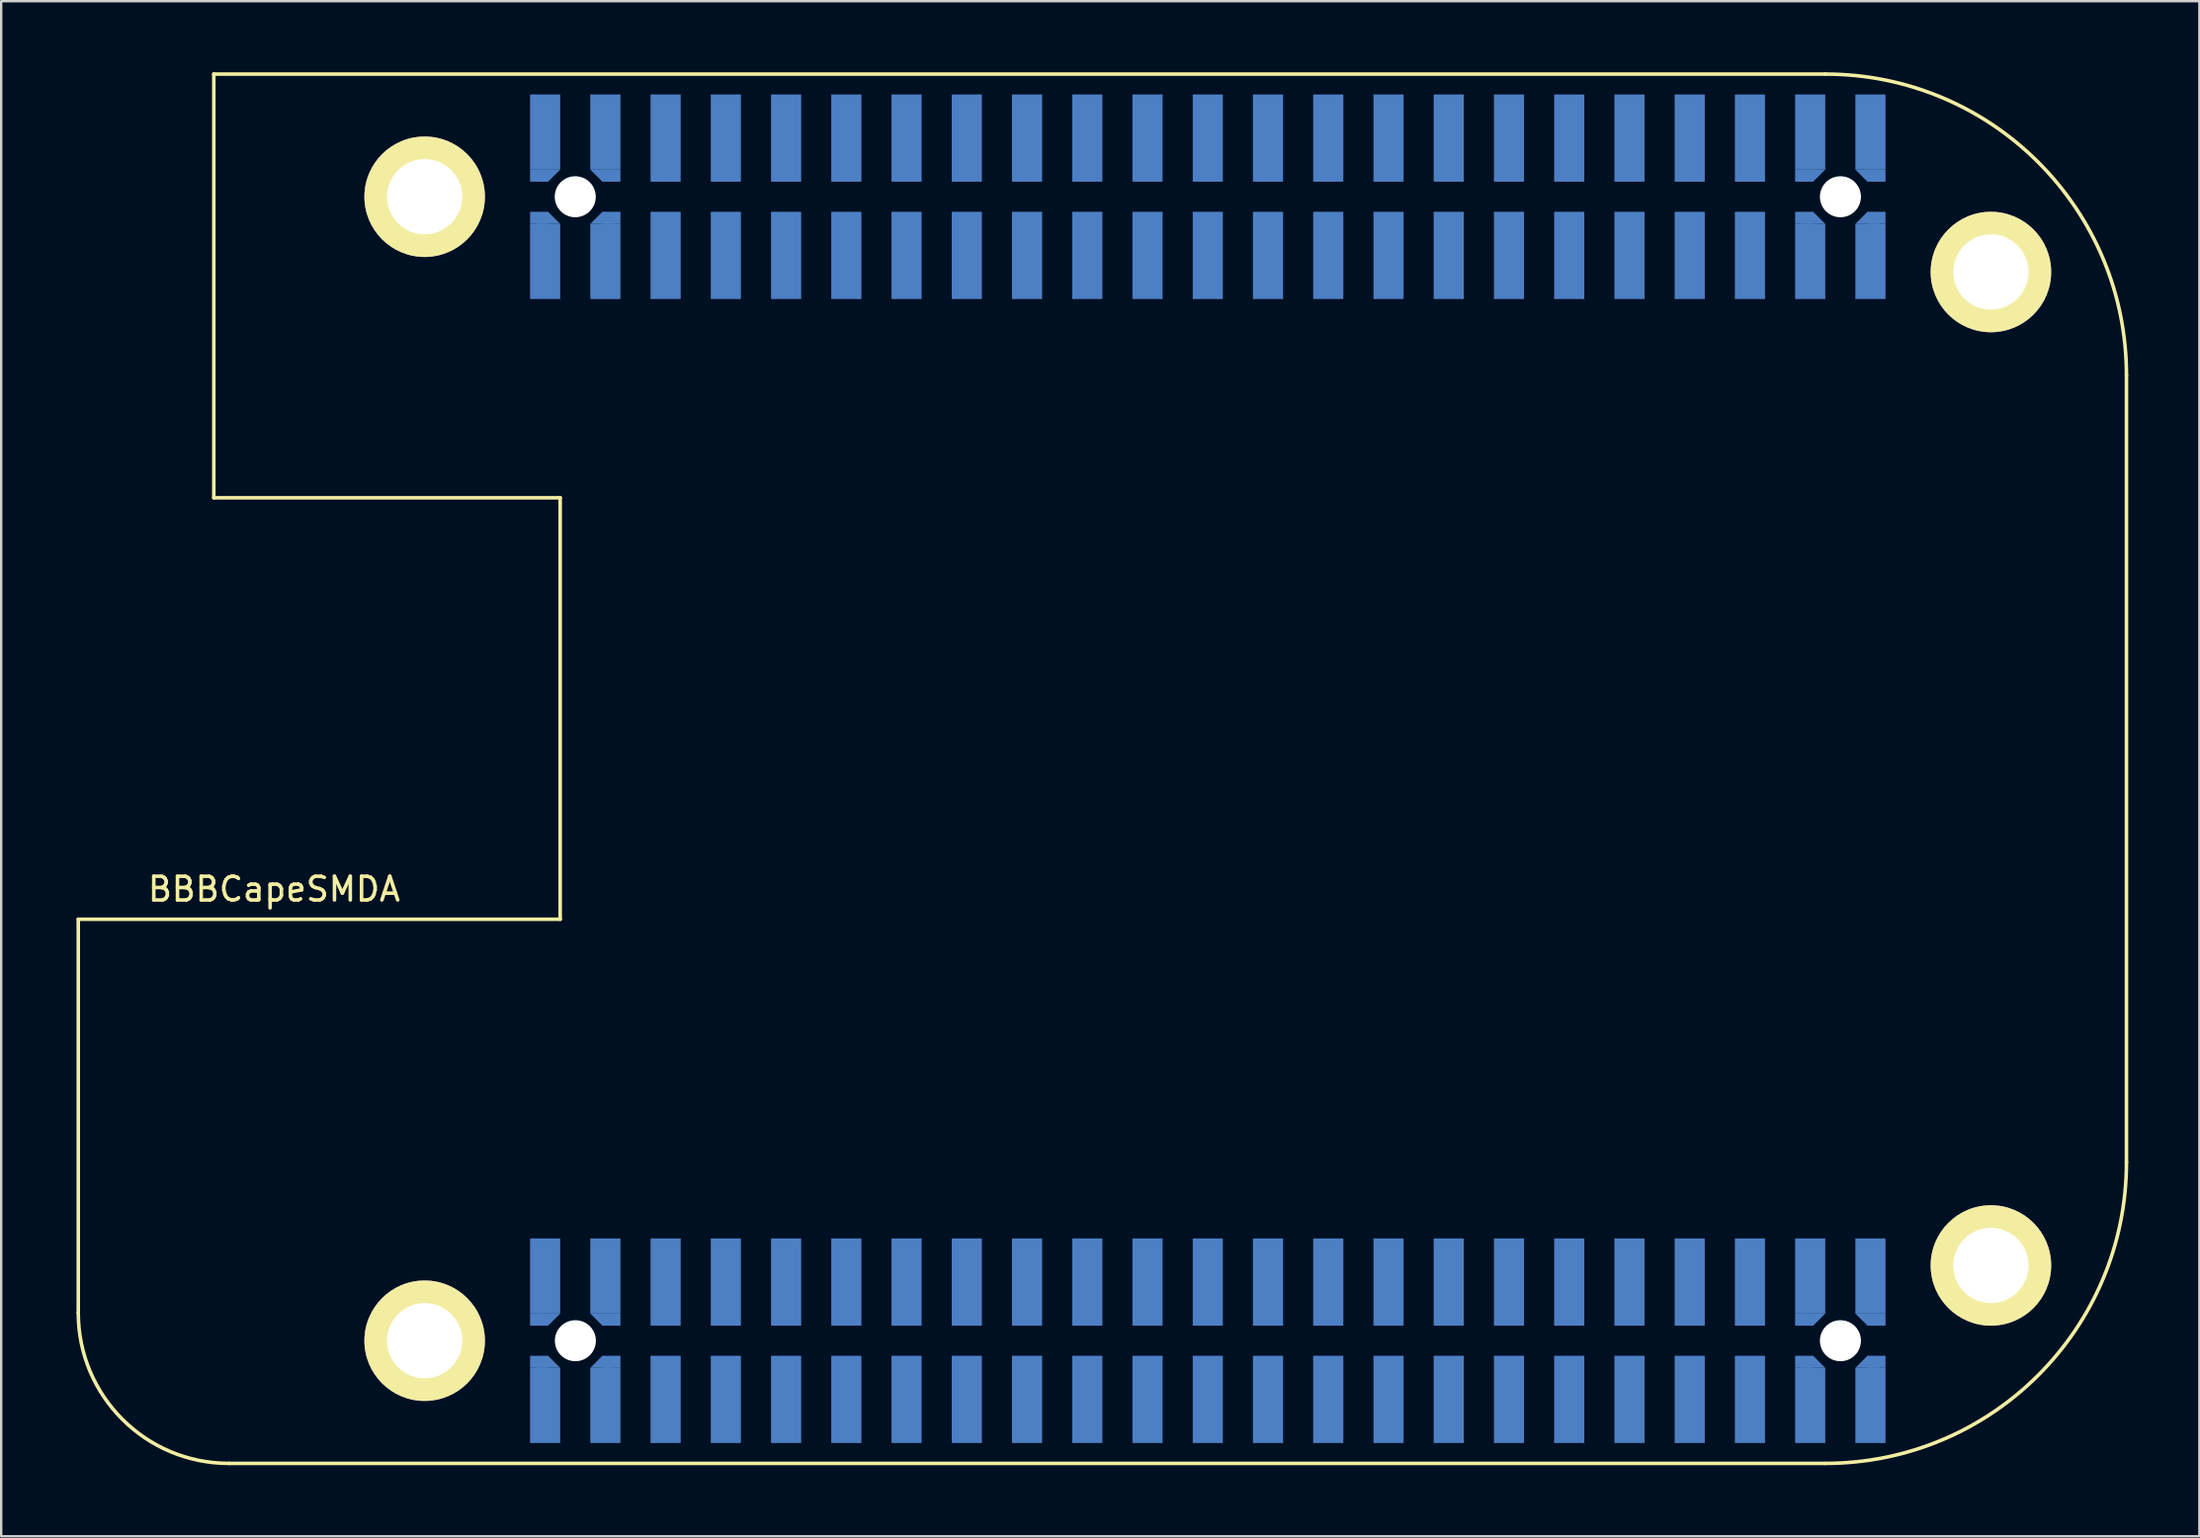
<source format=kicad_pcb>
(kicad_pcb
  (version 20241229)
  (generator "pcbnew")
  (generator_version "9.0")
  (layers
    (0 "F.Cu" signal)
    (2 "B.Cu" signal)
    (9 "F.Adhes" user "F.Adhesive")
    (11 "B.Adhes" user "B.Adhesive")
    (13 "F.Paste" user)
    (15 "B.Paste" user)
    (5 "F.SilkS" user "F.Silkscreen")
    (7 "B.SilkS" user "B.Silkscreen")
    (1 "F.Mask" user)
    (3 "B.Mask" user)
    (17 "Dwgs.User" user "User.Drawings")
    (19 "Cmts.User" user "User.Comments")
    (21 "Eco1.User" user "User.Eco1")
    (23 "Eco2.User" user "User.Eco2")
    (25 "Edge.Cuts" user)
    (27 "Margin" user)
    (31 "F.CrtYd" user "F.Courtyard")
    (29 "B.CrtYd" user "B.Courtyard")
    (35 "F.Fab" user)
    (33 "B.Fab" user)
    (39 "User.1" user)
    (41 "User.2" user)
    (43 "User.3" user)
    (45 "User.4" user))
  (footprint "BBBCapeSMDA"
    (layer "F.Cu")
    (at 0.25 56.685)
    (property "Reference" "BBBCapeSMDA" (at 8.255 -22.225 0) (layer "F.SilkS") (effects (font (size 1 1) (thickness 0.15))))
    (attr through_hole)
    (fp_line (start 0 -20.955) (end 20.32 -20.955) (stroke (width 0.15) (type solid)) (layer "F.SilkS"))
    (fp_line (start 0 -4.35) (end 0 -20.955) (stroke (width 0.15) (type solid)) (layer "F.SilkS"))
    (fp_line (start 5.715 -56.61) (end 73.66 -56.61) (stroke (width 0.15) (type solid)) (layer "F.SilkS"))
    (fp_line (start 5.715 -38.735) (end 5.715 -56.61) (stroke (width 0.15) (type solid)) (layer "F.SilkS"))
    (fp_line (start 6.35 2) (end 73.66 2) (stroke (width 0.15) (type solid)) (layer "F.SilkS"))
    (fp_line (start 20.32 -38.735) (end 5.715 -38.735) (stroke (width 0.15) (type solid)) (layer "F.SilkS"))
    (fp_line (start 20.32 -20.955) (end 20.32 -38.735) (stroke (width 0.15) (type solid)) (layer "F.SilkS"))
    (fp_line (start 86.36 -43.91) (end 86.36 -10.7) (stroke (width 0.15) (type solid)) (layer "F.SilkS"))
    (fp_arc (start 6.35 2) (mid 1.859872 0.140128) (end 0 -4.35) (stroke (width 0.15) (type solid)) (layer "F.SilkS"))
    (fp_arc (start 73.66 -56.61) (mid 82.640256 -52.890256) (end 86.36 -43.91) (stroke (width 0.15) (type solid)) (layer "F.SilkS"))
    (fp_arc (start 86.36 -10.7) (mid 82.640256 -1.719744) (end 73.66 2) (stroke (width 0.15) (type solid)) (layer "F.SilkS"))
    (pad "" thru_hole circle (at 14.605 -51.435) (size 5.08 5.08) (drill 3.175) (layers "*.Cu" "*.Mask" "F.SilkS"))
    (pad "" thru_hole circle (at 14.605 -3.175) (size 5.08 5.08) (drill 3.175) (layers "*.Cu" "*.Mask" "F.SilkS"))
    (pad "" np_thru_hole circle (at 20.955 -51.435) (size 1.73 1.73) (drill 1.73) (layers "*.Cu" "*.Mask"))
    (pad "" np_thru_hole circle (at 20.96 -3.175) (size 1.73 1.73) (drill 1.73) (layers "*.Cu" "*.Mask"))
    (pad "" np_thru_hole circle (at 74.3 -51.435) (size 1.73 1.73) (drill 1.73) (layers "*.Cu" "*.Mask"))
    (pad "" np_thru_hole circle (at 74.3 -3.175) (size 1.73 1.73) (drill 1.73) (layers "*.Cu" "*.Mask"))
    (pad "" thru_hole circle (at 80.645 -48.26) (size 5.08 5.08) (drill 3.175) (layers "*.Cu" "*.Mask" "F.SilkS"))
    (pad "" thru_hole circle (at 80.645 -6.35) (size 5.08 5.08) (drill 3.175) (layers "*.Cu" "*.Mask" "F.SilkS"))
    (pad "A1" smd rect (at 19.43 -50.545) (size 0.76 0.51) (layers "B.Cu" "B.Mask" "B.Paste"))
    (pad "A1" smd rect (at 19.685 -48.705) (size 1.27 3.17) (layers "B.Cu" "B.Mask" "B.Paste"))
    (pad "A1" smd trapezoid (at 19.81 -50.545) (size 0.51 0.51) (rect_delta 0 0.51) (layers "B.Cu" "B.Mask" "B.Paste"))
    (pad "A2" smd rect (at 19.43 -52.325) (size 0.76 0.51) (layers "B.Cu" "B.Mask" "B.Paste"))
    (pad "A2" smd rect (at 19.685 -54.165) (size 1.27 3.17) (layers "B.Cu" "B.Mask" "B.Paste"))
    (pad "A2" smd trapezoid (at 19.81 -52.325 180) (size 0.51 0.51) (rect_delta 0 0.51) (layers "B.Cu" "B.Mask" "B.Paste"))
    (pad "A3" smd trapezoid (at 22.1 -50.545) (size 0.51 0.51) (rect_delta 0 0.51) (layers "B.Cu" "B.Mask" "B.Paste"))
    (pad "A3" smd rect (at 22.225 -48.705) (size 1.27 3.172) (layers "B.Cu" "B.Mask" "B.Paste"))
    (pad "A3" smd rect (at 22.48 -50.545) (size 0.76 0.51) (layers "B.Cu" "B.Mask" "B.Paste"))
    (pad "A4" smd trapezoid (at 22.1 -52.325 180) (size 0.51 0.51) (rect_delta 0 0.51) (layers "B.Cu" "B.Mask" "B.Paste"))
    (pad "A4" smd rect (at 22.225 -54.165) (size 1.27 3.17) (layers "B.Cu" "B.Mask" "B.Paste"))
    (pad "A4" smd rect (at 22.48 -52.325) (size 0.76 0.51) (layers "B.Cu" "B.Mask" "B.Paste"))
    (pad "A5" smd rect (at 24.765 -48.96) (size 1.27 3.68) (layers "B.Cu" "B.Mask" "B.Paste"))
    (pad "A6" smd rect (at 24.765 -53.91) (size 1.27 3.68) (layers "B.Cu" "B.Mask" "B.Paste"))
    (pad "A7" smd rect (at 27.305 -48.96) (size 1.27 3.68) (layers "B.Cu" "B.Mask" "B.Paste"))
    (pad "A8" smd rect (at 27.305 -53.91) (size 1.27 3.68) (layers "B.Cu" "B.Mask" "B.Paste"))
    (pad "A9" smd rect (at 29.845 -48.96) (size 1.27 3.68) (layers "B.Cu" "B.Mask" "B.Paste"))
    (pad "A10" smd rect (at 29.845 -53.91) (size 1.27 3.68) (layers "B.Cu" "B.Mask" "B.Paste"))
    (pad "A11" smd rect (at 32.385 -48.96) (size 1.27 3.68) (layers "B.Cu" "B.Mask" "B.Paste"))
    (pad "A12" smd rect (at 32.385 -53.91) (size 1.27 3.68) (layers "B.Cu" "B.Mask" "B.Paste"))
    (pad "A13" smd rect (at 34.925 -48.96) (size 1.27 3.68) (layers "B.Cu" "B.Mask" "B.Paste"))
    (pad "A14" smd rect (at 34.925 -53.91) (size 1.27 3.68) (layers "B.Cu" "B.Mask" "B.Paste"))
    (pad "A15" smd rect (at 37.465 -48.96) (size 1.27 3.68) (layers "B.Cu" "B.Mask" "B.Paste"))
    (pad "A16" smd rect (at 37.465 -53.91) (size 1.27 3.68) (layers "B.Cu" "B.Mask" "B.Paste"))
    (pad "A17" smd rect (at 40.005 -48.96) (size 1.27 3.68) (layers "B.Cu" "B.Mask" "B.Paste"))
    (pad "A18" smd rect (at 40.005 -53.91) (size 1.27 3.68) (layers "B.Cu" "B.Mask" "B.Paste"))
    (pad "A19" smd rect (at 42.545 -48.96) (size 1.27 3.68) (layers "B.Cu" "B.Mask" "B.Paste"))
    (pad "A20" smd rect (at 42.545 -53.91) (size 1.27 3.68) (layers "B.Cu" "B.Mask" "B.Paste"))
    (pad "A21" smd rect (at 45.085 -48.96) (size 1.27 3.68) (layers "B.Cu" "B.Mask" "B.Paste"))
    (pad "A22" smd rect (at 45.085 -53.91) (size 1.27 3.68) (layers "B.Cu" "B.Mask" "B.Paste"))
    (pad "A23" smd rect (at 47.625 -48.96) (size 1.27 3.68) (layers "B.Cu" "B.Mask" "B.Paste"))
    (pad "A24" smd rect (at 47.625 -53.91) (size 1.27 3.68) (layers "B.Cu" "B.Mask" "B.Paste"))
    (pad "A25" smd rect (at 50.165 -48.96) (size 1.27 3.68) (layers "B.Cu" "B.Mask" "B.Paste"))
    (pad "A26" smd rect (at 50.165 -53.91) (size 1.27 3.68) (layers "B.Cu" "B.Mask" "B.Paste"))
    (pad "A27" smd rect (at 52.705 -48.96) (size 1.27 3.68) (layers "B.Cu" "B.Mask" "B.Paste"))
    (pad "A28" smd rect (at 52.705 -53.91) (size 1.27 3.68) (layers "B.Cu" "B.Mask" "B.Paste"))
    (pad "A29" smd rect (at 55.245 -48.96) (size 1.27 3.68) (layers "B.Cu" "B.Mask" "B.Paste"))
    (pad "A30" smd rect (at 55.245 -53.91) (size 1.27 3.68) (layers "B.Cu" "B.Mask" "B.Paste"))
    (pad "A31" smd rect (at 57.785 -48.96) (size 1.27 3.68) (layers "B.Cu" "B.Mask" "B.Paste"))
    (pad "A32" smd rect (at 57.785 -53.91) (size 1.27 3.68) (layers "B.Cu" "B.Mask" "B.Paste"))
    (pad "A33" smd rect (at 60.325 -48.96) (size 1.27 3.68) (layers "B.Cu" "B.Mask" "B.Paste"))
    (pad "A34" smd rect (at 60.325 -53.91) (size 1.27 3.68) (layers "B.Cu" "B.Mask" "B.Paste"))
    (pad "A35" smd rect (at 62.865 -48.96) (size 1.27 3.68) (layers "B.Cu" "B.Mask" "B.Paste"))
    (pad "A36" smd rect (at 62.865 -53.91) (size 1.27 3.68) (layers "B.Cu" "B.Mask" "B.Paste"))
    (pad "A37" smd rect (at 65.405 -48.96) (size 1.27 3.68) (layers "B.Cu" "B.Mask" "B.Paste"))
    (pad "A38" smd rect (at 65.405 -53.91) (size 1.27 3.68) (layers "B.Cu" "B.Mask" "B.Paste"))
    (pad "A39" smd rect (at 67.945 -48.96) (size 1.27 3.68) (layers "B.Cu" "B.Mask" "B.Paste"))
    (pad "A40" smd rect (at 67.945 -53.91) (size 1.27 3.68) (layers "B.Cu" "B.Mask" "B.Paste"))
    (pad "A41" smd rect (at 70.485 -48.96) (size 1.27 3.68) (layers "B.Cu" "B.Mask" "B.Paste"))
    (pad "A42" smd rect (at 70.485 -53.91) (size 1.27 3.68) (layers "B.Cu" "B.Mask" "B.Paste"))
    (pad "A43" smd rect (at 72.77 -50.545) (size 0.76 0.51) (layers "B.Cu" "B.Mask" "B.Paste"))
    (pad "A43" smd rect (at 73.025 -48.705) (size 1.27 3.17) (layers "B.Cu" "B.Mask" "B.Paste"))
    (pad "A43" smd trapezoid (at 73.15 -50.545) (size 0.51 0.51) (rect_delta 0 0.51) (layers "B.Cu" "B.Mask" "B.Paste"))
    (pad "A44" smd rect (at 72.77 -52.325) (size 0.76 0.51) (layers "B.Cu" "B.Mask" "B.Paste"))
    (pad "A44" smd rect (at 73.025 -54.165) (size 1.27 3.17) (layers "B.Cu" "B.Mask" "B.Paste"))
    (pad "A44" smd trapezoid (at 73.15 -52.325 180) (size 0.51 0.51) (rect_delta 0 0.51) (layers "B.Cu" "B.Mask" "B.Paste"))
    (pad "A45" smd trapezoid (at 75.44 -50.545) (size 0.51 0.51) (rect_delta 0 0.51) (layers "B.Cu" "B.Mask" "B.Paste"))
    (pad "A45" smd rect (at 75.565 -48.705) (size 1.27 3.17) (layers "B.Cu" "B.Mask" "B.Paste"))
    (pad "A45" smd rect (at 75.82 -50.545) (size 0.76 0.51) (layers "B.Cu" "B.Mask" "B.Paste"))
    (pad "A46" smd trapezoid (at 75.44 -52.325 180) (size 0.51 0.51) (rect_delta 0 0.51) (layers "B.Cu" "B.Mask" "B.Paste"))
    (pad "A46" smd rect (at 75.565 -54.165) (size 1.27 3.17) (layers "B.Cu" "B.Mask" "B.Paste"))
    (pad "A46" smd rect (at 75.82 -52.325) (size 0.76 0.51) (layers "B.Cu" "B.Mask" "B.Paste"))
    (pad "B1" smd rect (at 19.43 -2.285) (size 0.76 0.51) (layers "B.Cu" "B.Mask" "B.Paste"))
    (pad "B1" smd rect (at 19.685 -0.445) (size 1.27 3.17) (layers "B.Cu" "B.Mask" "B.Paste"))
    (pad "B1" smd trapezoid (at 19.81 -2.285) (size 0.51 0.51) (rect_delta 0 0.51) (layers "B.Cu" "B.Mask" "B.Paste"))
    (pad "B2" smd rect (at 19.43 -4.065) (size 0.76 0.51) (layers "B.Cu" "B.Mask" "B.Paste"))
    (pad "B2" smd rect (at 19.685 -5.905) (size 1.27 3.17) (layers "B.Cu" "B.Mask" "B.Paste"))
    (pad "B2" smd trapezoid (at 19.81 -4.065 180) (size 0.51 0.51) (rect_delta 0 0.51) (layers "B.Cu" "B.Mask" "B.Paste"))
    (pad "B3" smd trapezoid (at 22.1 -2.285) (size 0.51 0.51) (rect_delta 0 0.51) (layers "B.Cu" "B.Mask" "B.Paste"))
    (pad "B3" smd rect (at 22.225 -0.445) (size 1.27 3.17) (layers "B.Cu" "B.Mask" "B.Paste"))
    (pad "B3" smd rect (at 22.48 -2.285) (size 0.76 0.51) (layers "B.Cu" "B.Mask" "B.Paste"))
    (pad "B4" smd trapezoid (at 22.1 -4.065 180) (size 0.51 0.51) (rect_delta 0 0.51) (layers "B.Cu" "B.Mask" "B.Paste"))
    (pad "B4" smd rect (at 22.225 -5.905) (size 1.27 3.17) (layers "B.Cu" "B.Mask" "B.Paste"))
    (pad "B4" smd rect (at 22.48 -4.065) (size 0.76 0.51) (layers "B.Cu" "B.Mask" "B.Paste"))
    (pad "B5" smd rect (at 24.765 -0.7) (size 1.27 3.68) (layers "B.Cu" "B.Mask" "B.Paste"))
    (pad "B6" smd rect (at 24.765 -5.65) (size 1.27 3.68) (layers "B.Cu" "B.Mask" "B.Paste"))
    (pad "B7" smd rect (at 27.305 -0.7) (size 1.27 3.68) (layers "B.Cu" "B.Mask" "B.Paste"))
    (pad "B8" smd rect (at 27.305 -5.65) (size 1.27 3.68) (layers "B.Cu" "B.Mask" "B.Paste"))
    (pad "B9" smd rect (at 29.845 -0.7) (size 1.27 3.68) (layers "B.Cu" "B.Mask" "B.Paste"))
    (pad "B10" smd rect (at 29.845 -5.65) (size 1.27 3.68) (layers "B.Cu" "B.Mask" "B.Paste"))
    (pad "B11" smd rect (at 32.385 -0.7) (size 1.27 3.68) (layers "B.Cu" "B.Mask" "B.Paste"))
    (pad "B12" smd rect (at 32.385 -5.65) (size 1.27 3.68) (layers "B.Cu" "B.Mask" "B.Paste"))
    (pad "B13" smd rect (at 34.925 -0.7) (size 1.27 3.68) (layers "B.Cu" "B.Mask" "B.Paste"))
    (pad "B14" smd rect (at 34.925 -5.65) (size 1.27 3.68) (layers "B.Cu" "B.Mask" "B.Paste"))
    (pad "B15" smd rect (at 37.465 -0.7) (size 1.27 3.68) (layers "B.Cu" "B.Mask" "B.Paste"))
    (pad "B16" smd rect (at 37.465 -5.65) (size 1.27 3.68) (layers "B.Cu" "B.Mask" "B.Paste"))
    (pad "B17" smd rect (at 40.005 -0.7) (size 1.27 3.68) (layers "B.Cu" "B.Mask" "B.Paste"))
    (pad "B18" smd rect (at 40.005 -5.65) (size 1.27 3.68) (layers "B.Cu" "B.Mask" "B.Paste"))
    (pad "B19" smd rect (at 42.545 -0.7) (size 1.27 3.68) (layers "B.Cu" "B.Mask" "B.Paste"))
    (pad "B20" smd rect (at 42.545 -5.65) (size 1.27 3.68) (layers "B.Cu" "B.Mask" "B.Paste"))
    (pad "B21" smd rect (at 45.085 -0.7) (size 1.27 3.68) (layers "B.Cu" "B.Mask" "B.Paste"))
    (pad "B22" smd rect (at 45.085 -5.65) (size 1.27 3.68) (layers "B.Cu" "B.Mask" "B.Paste"))
    (pad "B23" smd rect (at 47.625 -0.7) (size 1.27 3.68) (layers "B.Cu" "B.Mask" "B.Paste"))
    (pad "B24" smd rect (at 47.625 -5.65) (size 1.27 3.68) (layers "B.Cu" "B.Mask" "B.Paste"))
    (pad "B25" smd rect (at 50.165 -0.7) (size 1.27 3.68) (layers "B.Cu" "B.Mask" "B.Paste"))
    (pad "B26" smd rect (at 50.165 -5.65) (size 1.27 3.68) (layers "B.Cu" "B.Mask" "B.Paste"))
    (pad "B27" smd rect (at 52.705 -0.7) (size 1.27 3.68) (layers "B.Cu" "B.Mask" "B.Paste"))
    (pad "B28" smd rect (at 52.705 -5.65) (size 1.27 3.68) (layers "B.Cu" "B.Mask" "B.Paste"))
    (pad "B29" smd rect (at 55.245 -0.7) (size 1.27 3.68) (layers "B.Cu" "B.Mask" "B.Paste"))
    (pad "B30" smd rect (at 55.245 -5.65) (size 1.27 3.68) (layers "B.Cu" "B.Mask" "B.Paste"))
    (pad "B31" smd rect (at 57.785 -0.7) (size 1.27 3.68) (layers "B.Cu" "B.Mask" "B.Paste"))
    (pad "B32" smd rect (at 57.785 -5.65) (size 1.27 3.68) (layers "B.Cu" "B.Mask" "B.Paste"))
    (pad "B33" smd rect (at 60.325 -0.7) (size 1.27 3.68) (layers "B.Cu" "B.Mask" "B.Paste"))
    (pad "B34" smd rect (at 60.325 -5.65) (size 1.27 3.68) (layers "B.Cu" "B.Mask" "B.Paste"))
    (pad "B35" smd rect (at 62.865 -0.7) (size 1.27 3.68) (layers "B.Cu" "B.Mask" "B.Paste"))
    (pad "B36" smd rect (at 62.865 -5.65) (size 1.27 3.68) (layers "B.Cu" "B.Mask" "B.Paste"))
    (pad "B37" smd rect (at 65.405 -0.7) (size 1.27 3.68) (layers "B.Cu" "B.Mask" "B.Paste"))
    (pad "B38" smd rect (at 65.405 -5.65) (size 1.27 3.68) (layers "B.Cu" "B.Mask" "B.Paste"))
    (pad "B39" smd rect (at 67.945 -0.7) (size 1.27 3.68) (layers "B.Cu" "B.Mask" "B.Paste"))
    (pad "B40" smd rect (at 67.945 -5.65) (size 1.27 3.68) (layers "B.Cu" "B.Mask" "B.Paste"))
    (pad "B41" smd rect (at 70.485 -0.7) (size 1.27 3.68) (layers "B.Cu" "B.Mask" "B.Paste"))
    (pad "B42" smd rect (at 70.485 -5.65) (size 1.27 3.68) (layers "B.Cu" "B.Mask" "B.Paste"))
    (pad "B43" smd rect (at 72.77 -2.285) (size 0.76 0.51) (layers "B.Cu" "B.Mask" "B.Paste"))
    (pad "B43" smd rect (at 73.025 -0.445) (size 1.27 3.17) (layers "B.Cu" "B.Mask" "B.Paste"))
    (pad "B43" smd trapezoid (at 73.15 -2.285) (size 0.51 0.51) (rect_delta 0 0.51) (layers "B.Cu" "B.Mask" "B.Paste"))
    (pad "B44" smd rect (at 72.77 -4.065) (size 0.76 0.51) (layers "B.Cu" "B.Mask" "B.Paste"))
    (pad "B44" smd rect (at 73.025 -5.905) (size 1.27 3.17) (layers "B.Cu" "B.Mask" "B.Paste"))
    (pad "B44" smd trapezoid (at 73.15 -4.065 180) (size 0.51 0.51) (rect_delta 0 0.51) (layers "B.Cu" "B.Mask" "B.Paste"))
    (pad "B45" smd trapezoid (at 75.44 -2.285) (size 0.51 0.51) (rect_delta 0 0.51) (layers "B.Cu" "B.Mask" "B.Paste"))
    (pad "B45" smd rect (at 75.565 -0.445) (size 1.27 3.17) (layers "B.Cu" "B.Mask" "B.Paste"))
    (pad "B45" smd rect (at 75.82 -2.285) (size 0.76 0.51) (layers "B.Cu" "B.Mask" "B.Paste"))
    (pad "B46" smd trapezoid (at 75.44 -4.065 180) (size 0.51 0.51) (rect_delta 0 0.51) (layers "B.Cu" "B.Mask" "B.Paste"))
    (pad "B46" smd rect (at 75.565 -5.905) (size 1.27 3.17) (layers "B.Cu" "B.Mask" "B.Paste"))
    (pad "B46" smd rect (at 75.82 -4.065) (size 0.76 0.51) (layers "B.Cu" "B.Mask" "B.Paste")))
  (gr_rect
    (start -3 -3)
    (end 89.685 61.76)
    (stroke (width 0.1) (type default))
    (fill no)
    (layer "Edge.Cuts")))
</source>
